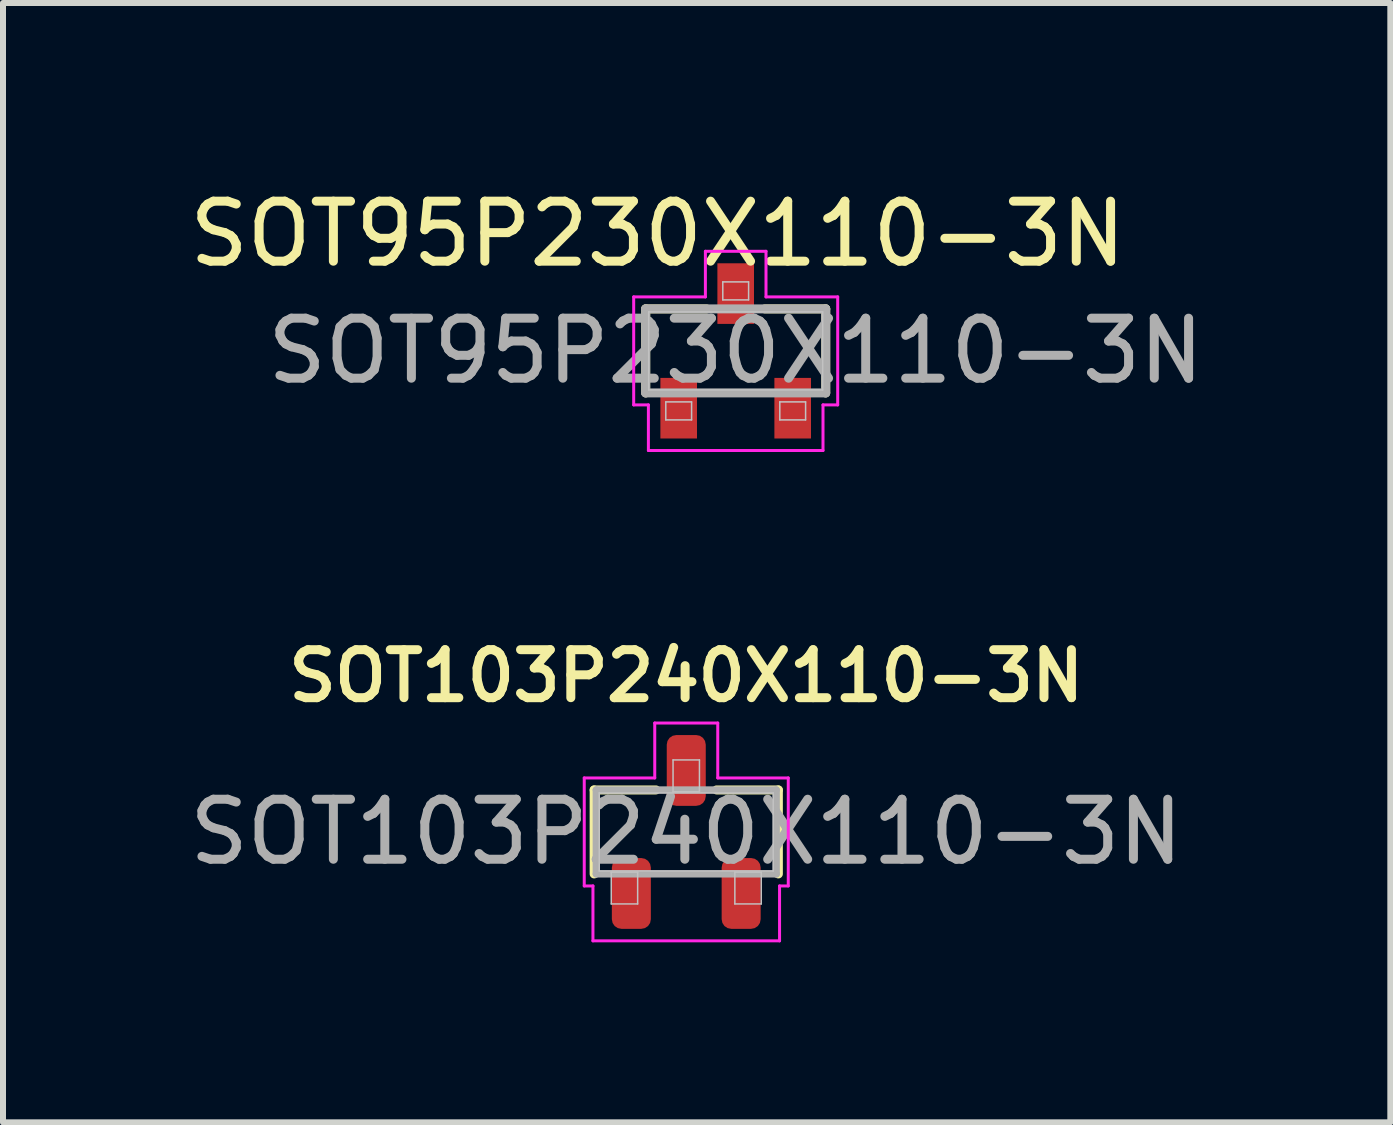
<source format=kicad_pcb>
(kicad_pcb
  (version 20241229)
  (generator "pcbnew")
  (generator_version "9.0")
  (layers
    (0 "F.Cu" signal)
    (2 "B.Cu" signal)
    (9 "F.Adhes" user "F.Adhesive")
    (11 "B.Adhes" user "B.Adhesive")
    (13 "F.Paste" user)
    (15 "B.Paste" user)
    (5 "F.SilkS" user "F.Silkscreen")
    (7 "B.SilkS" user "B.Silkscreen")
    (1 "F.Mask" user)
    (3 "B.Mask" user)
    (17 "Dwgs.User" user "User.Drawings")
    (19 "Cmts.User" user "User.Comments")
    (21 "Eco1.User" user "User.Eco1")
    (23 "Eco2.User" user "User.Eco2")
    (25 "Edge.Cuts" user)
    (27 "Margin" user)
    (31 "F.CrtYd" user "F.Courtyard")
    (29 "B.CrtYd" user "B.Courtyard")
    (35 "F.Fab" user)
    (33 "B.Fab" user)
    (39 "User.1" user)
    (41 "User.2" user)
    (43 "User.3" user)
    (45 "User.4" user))
  (footprint "SOT95P230X110-3N"
    (layer "F.Cu")
    (at 9.211 2.798)
    (property "Reference" "SOT95P230X110-3N" (at 0 0 0) (layer "F.Fab") (effects (font (size 1 1) (thickness 0.15))))
    (attr smd)
    (fp_line (start -1.5 -0.7) (end -0.485 -0.7) (stroke (width 0.15) (type solid)) (layer "F.SilkS"))
    (fp_line (start -1.5 0.7) (end -1.5 -0.7) (stroke (width 0.15) (type solid)) (layer "F.SilkS"))
    (fp_line (start 1.5 -0.7) (end 0.485 -0.7) (stroke (width 0.15) (type solid)) (layer "F.SilkS"))
    (fp_line (start 1.5 0.7) (end 1.5 -0.7) (stroke (width 0.15) (type solid)) (layer "F.SilkS"))
    (fp_line (start -1.45 -0.65) (end 1.45 -0.65) (stroke (width 0.025) (type solid)) (layer "Dwgs.User"))
    (fp_line (start -1.45 0.65) (end -1.45 -0.65) (stroke (width 0.025) (type solid)) (layer "Dwgs.User"))
    (fp_line (start -1.165 0.85) (end -0.735 0.85) (stroke (width 0.025) (type solid)) (layer "Dwgs.User"))
    (fp_line (start -1.165 1.15) (end -1.165 0.85) (stroke (width 0.025) (type solid)) (layer "Dwgs.User"))
    (fp_line (start -0.735 0.85) (end -0.735 1.15) (stroke (width 0.025) (type solid)) (layer "Dwgs.User"))
    (fp_line (start -0.735 1.15) (end -1.165 1.15) (stroke (width 0.025) (type solid)) (layer "Dwgs.User"))
    (fp_line (start -0.215 -1.15) (end 0.215 -1.15) (stroke (width 0.025) (type solid)) (layer "Dwgs.User"))
    (fp_line (start -0.215 -0.85) (end -0.215 -1.15) (stroke (width 0.025) (type solid)) (layer "Dwgs.User"))
    (fp_line (start 0.215 -1.15) (end 0.215 -0.85) (stroke (width 0.025) (type solid)) (layer "Dwgs.User"))
    (fp_line (start 0.215 -0.85) (end -0.215 -0.85) (stroke (width 0.025) (type solid)) (layer "Dwgs.User"))
    (fp_line (start 0.735 0.85) (end 1.165 0.85) (stroke (width 0.025) (type solid)) (layer "Dwgs.User"))
    (fp_line (start 0.735 1.15) (end 0.735 0.85) (stroke (width 0.025) (type solid)) (layer "Dwgs.User"))
    (fp_line (start 1.165 0.85) (end 1.165 1.15) (stroke (width 0.025) (type solid)) (layer "Dwgs.User"))
    (fp_line (start 1.165 1.15) (end 0.735 1.15) (stroke (width 0.025) (type solid)) (layer "Dwgs.User"))
    (fp_line (start 1.45 -0.65) (end 1.45 0.65) (stroke (width 0.025) (type solid)) (layer "Dwgs.User"))
    (fp_line (start 1.45 0.65) (end -1.45 0.65) (stroke (width 0.025) (type solid)) (layer "Dwgs.User"))
    (fp_line (start -1.7 -0.9) (end -1.7 0.9) (stroke (width 0.05) (type solid)) (layer "F.CrtYd"))
    (fp_line (start -1.7 0.9) (end -1.455 0.9) (stroke (width 0.05) (type solid)) (layer "F.CrtYd"))
    (fp_line (start -1.455 0.9) (end -1.455 1.66) (stroke (width 0.05) (type solid)) (layer "F.CrtYd"))
    (fp_line (start -1.455 1.66) (end 1.455 1.66) (stroke (width 0.05) (type solid)) (layer "F.CrtYd"))
    (fp_line (start -0.505 -1.66) (end -0.505 -0.9) (stroke (width 0.05) (type solid)) (layer "F.CrtYd"))
    (fp_line (start -0.505 -0.9) (end -1.7 -0.9) (stroke (width 0.05) (type solid)) (layer "F.CrtYd"))
    (fp_line (start 0.505 -1.66) (end -0.505 -1.66) (stroke (width 0.05) (type solid)) (layer "F.CrtYd"))
    (fp_line (start 0.505 -0.9) (end 0.505 -1.66) (stroke (width 0.05) (type solid)) (layer "F.CrtYd"))
    (fp_line (start 1.455 0.9) (end 1.7 0.9) (stroke (width 0.05) (type solid)) (layer "F.CrtYd"))
    (fp_line (start 1.455 1.66) (end 1.455 0.9) (stroke (width 0.05) (type solid)) (layer "F.CrtYd"))
    (fp_line (start 1.7 -0.9) (end 0.505 -0.9) (stroke (width 0.05) (type solid)) (layer "F.CrtYd"))
    (fp_line (start 1.7 0.9) (end 1.7 -0.9) (stroke (width 0.05) (type solid)) (layer "F.CrtYd"))
    (fp_line (start -1.5 -0.7) (end 1.5 -0.7) (stroke (width 0.15) (type solid)) (layer "F.Fab"))
    (fp_line (start -1.5 0.7) (end -1.5 -0.7) (stroke (width 0.15) (type solid)) (layer "F.Fab"))
    (fp_line (start 1.5 -0.7) (end 1.5 0.7) (stroke (width 0.15) (type solid)) (layer "F.Fab"))
    (fp_line (start 1.5 0.7) (end -1.5 0.7) (stroke (width 0.15) (type solid)) (layer "F.Fab"))
    (fp_text user "${REFERENCE}" (at -1.3 -1.95 0) (layer "F.SilkS") (effects (font (size 1 1) (thickness 0.15))))
    (pad "1" smd rect (at -0.95 0.955 90) (size 1.01 0.61) (layers "F.Cu" "F.Mask" "F.Paste"))
    (pad "2" smd rect (at 0.95 0.955 90) (size 1.01 0.61) (layers "F.Cu" "F.Mask" "F.Paste"))
    (pad "3" smd rect (at 0 -0.955 90) (size 1.01 0.61) (layers "F.Cu" "F.Mask" "F.Paste")))
  (footprint "SOT103P240X110-3N"
    (layer "F.Cu")
    (at 8.387 10.815)
    (property "Reference" "SOT103P240X110-3N" (at 0 -2.6 0) (layer "F.SilkS") (effects (font (size 0.8 0.8) (thickness 0.15))))
    (attr smd)
    (fp_line (start -1.535 -0.7) (end -0.505 -0.7) (stroke (width 0.15) (type solid)) (layer "F.SilkS"))
    (fp_line (start -1.535 0.7) (end -1.535 -0.7) (stroke (width 0.15) (type solid)) (layer "F.SilkS"))
    (fp_line (start 1.535 -0.7) (end 0.505 -0.7) (stroke (width 0.15) (type solid)) (layer "F.SilkS"))
    (fp_line (start 1.535 0.7) (end 1.535 -0.7) (stroke (width 0.15) (type solid)) (layer "F.SilkS"))
    (fp_line (start -1.45 -0.65) (end 1.45 -0.65) (stroke (width 0.025) (type solid)) (layer "Dwgs.User"))
    (fp_line (start -1.45 0.65) (end -1.45 -0.65) (stroke (width 0.025) (type solid)) (layer "Dwgs.User"))
    (fp_line (start -1.25 0.67) (end -0.81 0.67) (stroke (width 0.025) (type solid)) (layer "Dwgs.User"))
    (fp_line (start -1.25 1.2) (end -1.25 0.67) (stroke (width 0.025) (type solid)) (layer "Dwgs.User"))
    (fp_line (start -0.81 0.67) (end -0.81 1.2) (stroke (width 0.025) (type solid)) (layer "Dwgs.User"))
    (fp_line (start -0.81 1.2) (end -1.25 1.2) (stroke (width 0.025) (type solid)) (layer "Dwgs.User"))
    (fp_line (start -0.22 -1.2) (end 0.22 -1.2) (stroke (width 0.025) (type solid)) (layer "Dwgs.User"))
    (fp_line (start -0.22 -0.67) (end -0.22 -1.2) (stroke (width 0.025) (type solid)) (layer "Dwgs.User"))
    (fp_line (start 0.22 -1.2) (end 0.22 -0.67) (stroke (width 0.025) (type solid)) (layer "Dwgs.User"))
    (fp_line (start 0.22 -0.67) (end -0.22 -0.67) (stroke (width 0.025) (type solid)) (layer "Dwgs.User"))
    (fp_line (start 0.81 0.67) (end 1.25 0.67) (stroke (width 0.025) (type solid)) (layer "Dwgs.User"))
    (fp_line (start 0.81 1.2) (end 0.81 0.67) (stroke (width 0.025) (type solid)) (layer "Dwgs.User"))
    (fp_line (start 1.25 0.67) (end 1.25 1.2) (stroke (width 0.025) (type solid)) (layer "Dwgs.User"))
    (fp_line (start 1.25 1.2) (end 0.81 1.2) (stroke (width 0.025) (type solid)) (layer "Dwgs.User"))
    (fp_line (start 1.45 -0.65) (end 1.45 0.65) (stroke (width 0.025) (type solid)) (layer "Dwgs.User"))
    (fp_line (start 1.45 0.65) (end -1.45 0.65) (stroke (width 0.025) (type solid)) (layer "Dwgs.User"))
    (fp_line (start -1.7 -0.9) (end -1.7 0.9) (stroke (width 0.05) (type solid)) (layer "F.CrtYd"))
    (fp_line (start -1.7 0.9) (end -1.555 0.9) (stroke (width 0.05) (type solid)) (layer "F.CrtYd"))
    (fp_line (start -1.555 0.9) (end -1.555 1.815) (stroke (width 0.05) (type solid)) (layer "F.CrtYd"))
    (fp_line (start -1.555 1.815) (end 1.555 1.815) (stroke (width 0.05) (type solid)) (layer "F.CrtYd"))
    (fp_line (start -0.525 -1.815) (end -0.525 -0.9) (stroke (width 0.05) (type solid)) (layer "F.CrtYd"))
    (fp_line (start -0.525 -0.9) (end -1.7 -0.9) (stroke (width 0.05) (type solid)) (layer "F.CrtYd"))
    (fp_line (start 0.525 -1.815) (end -0.525 -1.815) (stroke (width 0.05) (type solid)) (layer "F.CrtYd"))
    (fp_line (start 0.525 -0.9) (end 0.525 -1.815) (stroke (width 0.05) (type solid)) (layer "F.CrtYd"))
    (fp_line (start 1.555 0.9) (end 1.7 0.9) (stroke (width 0.05) (type solid)) (layer "F.CrtYd"))
    (fp_line (start 1.555 1.815) (end 1.555 0.9) (stroke (width 0.05) (type solid)) (layer "F.CrtYd"))
    (fp_line (start 1.7 -0.9) (end 0.525 -0.9) (stroke (width 0.05) (type solid)) (layer "F.CrtYd"))
    (fp_line (start 1.7 0.9) (end 1.7 -0.9) (stroke (width 0.05) (type solid)) (layer "F.CrtYd"))
    (fp_line (start -1.5 -0.7) (end 1.5 -0.7) (stroke (width 0.12) (type solid)) (layer "F.Fab"))
    (fp_line (start -1.5 0.7) (end -1.5 -0.7) (stroke (width 0.12) (type solid)) (layer "F.Fab"))
    (fp_line (start 1.5 -0.7) (end 1.5 0.7) (stroke (width 0.12) (type solid)) (layer "F.Fab"))
    (fp_line (start 1.5 0.7) (end -1.5 0.7) (stroke (width 0.12) (type solid)) (layer "F.Fab"))
    (fp_text user "${REFERENCE}" (at 0 0 0) (layer "F.Fab") (effects (font (size 1 1) (thickness 0.15))))
    (pad "D" smd roundrect (at 0 -1.025 90) (size 1.18 0.65) (layers "F.Cu" "F.Mask" "F.Paste") (roundrect_rratio 0.246))
    (pad "G" smd roundrect (at -0.915 1.025 90) (size 1.18 0.65) (layers "F.Cu" "F.Mask" "F.Paste") (roundrect_rratio 0.246))
    (pad "S" smd roundrect (at 0.915 1.025 90) (size 1.18 0.65) (layers "F.Cu" "F.Mask" "F.Paste") (roundrect_rratio 0.246)))
  (gr_rect
    (start -3 -3)
    (end 20.121 15.655)
    (stroke (width 0.1) (type default))
    (fill no)
    (layer "Edge.Cuts")))
</source>
